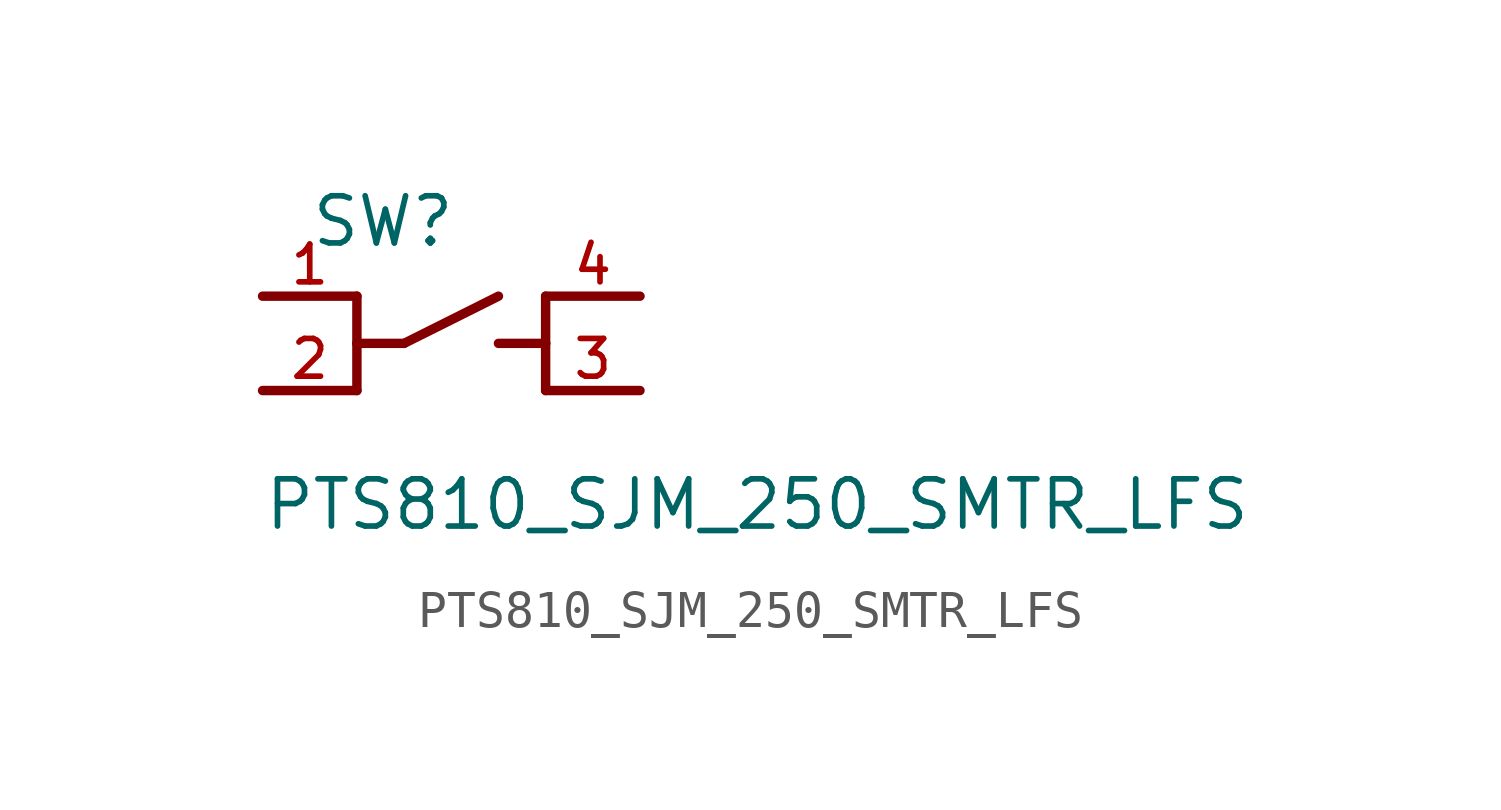
<source format=kicad_sym>
(kicad_symbol_lib
  (version 20211014)
  (generator kicad_symbol_editor)
  (symbol "PTS810_SJM_250_SMTR_LFS"
    (pin_names
      (offset 1.016))
    (property "Reference" "SW"
      (at -3.81 1.27 0)
      (effects (font (size 1.27 1.27)) (justify bottom left)))
    (property "Value" "PTS810_SJM_250_SMTR_LFS"
      (at -5.08 -6.35 0)
      (effects (font (size 1.27 1.27)) (justify bottom left)))
    (symbol "PTS810_SJM_250_SMTR_LFS_0_0"
      (polyline (pts (xy -2.54 0.0) (xy -2.54 -1.27)) (stroke (width 0.254)))
      (polyline (pts (xy -2.54 -1.27) (xy -2.54 -2.54)) (stroke (width 0.254)))
      (polyline (pts (xy 2.54 0.0) (xy 2.54 -1.27)) (stroke (width 0.254)))
      (polyline (pts (xy 2.54 -1.27) (xy 2.54 -2.54)) (stroke (width 0.254)))
      (polyline (pts (xy -2.54 0.0) (xy -5.08 0.0)) (stroke (width 0.254)))
      (polyline (pts (xy -2.54 -2.54) (xy -5.08 -2.54)) (stroke (width 0.254)))
      (polyline (pts (xy 2.54 -2.54) (xy 5.08 -2.54)) (stroke (width 0.254)))
      (polyline (pts (xy 2.54 0.0) (xy 5.08 0.0)) (stroke (width 0.254)))
      (polyline (pts (xy -2.54 -1.27) (xy -1.27 -1.27)) (stroke (width 0.254)))
      (polyline (pts (xy -1.27 -1.27) (xy 1.27 0.0)) (stroke (width 0.254)))
      (polyline (pts (xy 1.27 -1.27) (xy 2.54 -1.27)) (stroke (width 0.254)))
      (pin passive line (at -5.08 0.0 0) (length 2.54) (name "~" (effects (font (size 1.016 1.016)))) (number "1" (effects (font (size 1.016 1.016)))))
      (pin passive line (at -5.08 -2.54 0) (length 2.54) (name "~" (effects (font (size 1.016 1.016)))) (number "2" (effects (font (size 1.016 1.016)))))
      (pin passive line (at 5.08 -2.54 180.0) (length 2.54) (name "~" (effects (font (size 1.016 1.016)))) (number "3" (effects (font (size 1.016 1.016)))))
      (pin passive line (at 5.08 0.0 180.0) (length 2.54) (name "~" (effects (font (size 1.016 1.016)))) (number "4" (effects (font (size 1.016 1.016))))))))
</source>
